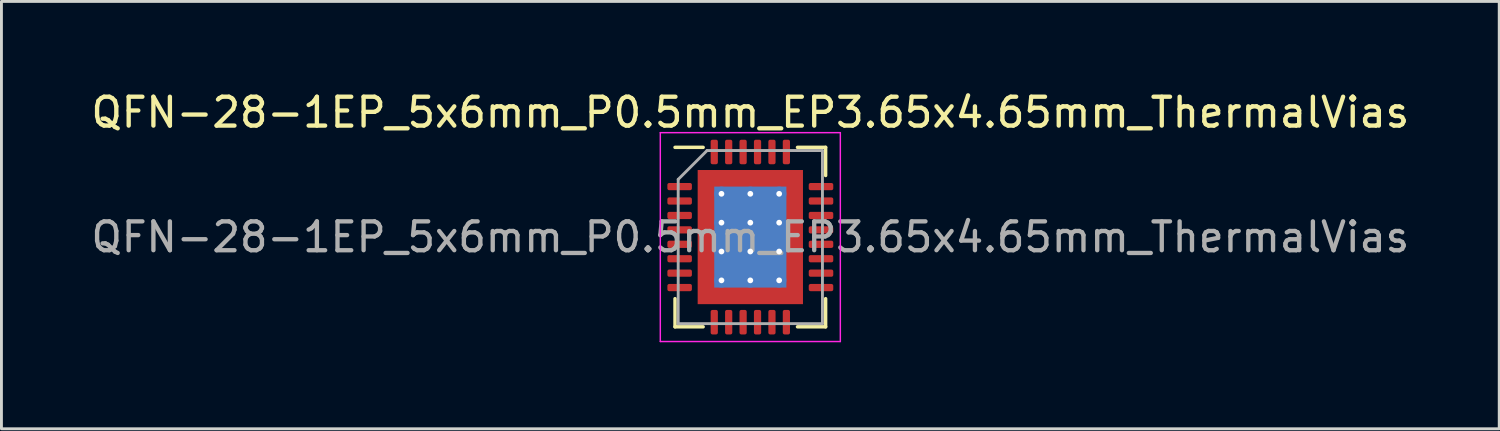
<source format=kicad_pcb>
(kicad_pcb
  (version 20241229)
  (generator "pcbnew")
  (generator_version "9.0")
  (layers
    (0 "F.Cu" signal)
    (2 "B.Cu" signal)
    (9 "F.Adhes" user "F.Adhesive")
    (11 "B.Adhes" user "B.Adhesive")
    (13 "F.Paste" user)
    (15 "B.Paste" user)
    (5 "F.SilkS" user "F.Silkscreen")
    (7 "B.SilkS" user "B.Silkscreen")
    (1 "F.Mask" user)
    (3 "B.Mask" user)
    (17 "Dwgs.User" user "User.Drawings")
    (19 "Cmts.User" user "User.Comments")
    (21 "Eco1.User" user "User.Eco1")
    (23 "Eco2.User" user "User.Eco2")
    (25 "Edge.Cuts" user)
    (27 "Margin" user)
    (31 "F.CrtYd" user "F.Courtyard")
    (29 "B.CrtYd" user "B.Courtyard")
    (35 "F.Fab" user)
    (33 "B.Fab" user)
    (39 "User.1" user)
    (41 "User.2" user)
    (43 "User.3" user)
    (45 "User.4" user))
  (footprint "QFN-28-1EP_5x6mm_P0.5mm_EP3.65x4.65mm_ThermalVias"
    (layer "F.Cu")
    (at 22.958 5.168)
    (property "Reference" "QFN-28-1EP_5x6mm_P0.5mm_EP3.65x4.65mm_ThermalVias" (at 0 -4.32 0) (layer "F.SilkS") (effects (font (size 1 1) (thickness 0.15))))
    (attr smd)
    (fp_line (start -2.61 3.11) (end -2.61 2.135) (stroke (width 0.12) (type solid)) (layer "F.SilkS"))
    (fp_line (start -1.635 -3.11) (end -2.61 -3.11) (stroke (width 0.12) (type solid)) (layer "F.SilkS"))
    (fp_line (start -1.635 3.11) (end -2.61 3.11) (stroke (width 0.12) (type solid)) (layer "F.SilkS"))
    (fp_line (start 1.635 -3.11) (end 2.61 -3.11) (stroke (width 0.12) (type solid)) (layer "F.SilkS"))
    (fp_line (start 1.635 3.11) (end 2.61 3.11) (stroke (width 0.12) (type solid)) (layer "F.SilkS"))
    (fp_line (start 2.61 -3.11) (end 2.61 -2.135) (stroke (width 0.12) (type solid)) (layer "F.SilkS"))
    (fp_line (start 2.61 3.11) (end 2.61 2.135) (stroke (width 0.12) (type solid)) (layer "F.SilkS"))
    (fp_line (start -3.12 -3.62) (end -3.12 3.62) (stroke (width 0.05) (type solid)) (layer "F.CrtYd"))
    (fp_line (start -3.12 3.62) (end 3.12 3.62) (stroke (width 0.05) (type solid)) (layer "F.CrtYd"))
    (fp_line (start 3.12 -3.62) (end -3.12 -3.62) (stroke (width 0.05) (type solid)) (layer "F.CrtYd"))
    (fp_line (start 3.12 3.62) (end 3.12 -3.62) (stroke (width 0.05) (type solid)) (layer "F.CrtYd"))
    (fp_line (start -2.5 -2) (end -1.5 -3) (stroke (width 0.1) (type solid)) (layer "F.Fab"))
    (fp_line (start -2.5 3) (end -2.5 -2) (stroke (width 0.1) (type solid)) (layer "F.Fab"))
    (fp_line (start -1.5 -3) (end 2.5 -3) (stroke (width 0.1) (type solid)) (layer "F.Fab"))
    (fp_line (start 2.5 -3) (end 2.5 3) (stroke (width 0.1) (type solid)) (layer "F.Fab"))
    (fp_line (start 2.5 3) (end -2.5 3) (stroke (width 0.1) (type solid)) (layer "F.Fab"))
    (fp_text user "${REFERENCE}" (at 0 0 0) (layer "F.Fab") (effects (font (size 1 1) (thickness 0.15))))
    (pad "" smd custom (at -1.413 -1.913) (size 0.578 0.578) (layers "F.Paste") (options (anchor circle)) (primitives (gr_poly (pts (xy 0.246 0.174) (xy 0.174 0.246) (xy -0.246 0.246) (xy -0.246 -0.246) (xy 0.246 -0.246)) (width 0.174) (fill yes))))
    (pad "" smd custom (at -1.413 -1) (size 0.59 0.59) (layers "F.Paste") (options (anchor circle)) (primitives (gr_poly (pts (xy 0.258 -0.266) (xy 0.258 0.266) (xy 0.195 0.328) (xy -0.258 0.328) (xy -0.258 -0.328) (xy 0.195 -0.328)) (width 0.15) (fill yes))))
    (pad "" smd custom (at -1.413 0) (size 0.59 0.59) (layers "F.Paste") (options (anchor circle)) (primitives (gr_poly (pts (xy 0.258 -0.266) (xy 0.258 0.266) (xy 0.195 0.328) (xy -0.258 0.328) (xy -0.258 -0.328) (xy 0.195 -0.328)) (width 0.15) (fill yes))))
    (pad "" smd custom (at -1.413 1) (size 0.59 0.59) (layers "F.Paste") (options (anchor circle)) (primitives (gr_poly (pts (xy 0.258 -0.266) (xy 0.258 0.266) (xy 0.195 0.328) (xy -0.258 0.328) (xy -0.258 -0.328) (xy 0.195 -0.328)) (width 0.15) (fill yes))))
    (pad "" smd custom (at -1.413 1.913) (size 0.578 0.578) (layers "F.Paste") (options (anchor circle)) (primitives (gr_poly (pts (xy 0.246 -0.174) (xy 0.246 0.246) (xy -0.246 0.246) (xy -0.246 -0.246) (xy 0.174 -0.246)) (width 0.174) (fill yes))))
    (pad "" smd custom (at -0.5 -1.913) (size 0.59 0.59) (layers "F.Paste") (options (anchor circle)) (primitives (gr_poly (pts (xy 0.328 0.195) (xy 0.266 0.258) (xy -0.266 0.258) (xy -0.328 0.195) (xy -0.328 -0.258) (xy 0.328 -0.258)) (width 0.15) (fill yes))))
    (pad "" smd roundrect (at -0.5 -1) (size 0.806 0.806) (layers "F.Paste") (roundrect_rratio 0.25))
    (pad "" smd roundrect (at -0.5 0) (size 0.806 0.806) (layers "F.Paste") (roundrect_rratio 0.25))
    (pad "" smd roundrect (at -0.5 1) (size 0.806 0.806) (layers "F.Paste") (roundrect_rratio 0.25))
    (pad "" smd custom (at -0.5 1.913) (size 0.59 0.59) (layers "F.Paste") (options (anchor circle)) (primitives (gr_poly (pts (xy 0.328 -0.195) (xy 0.328 0.258) (xy -0.328 0.258) (xy -0.328 -0.195) (xy -0.266 -0.258) (xy 0.266 -0.258)) (width 0.15) (fill yes))))
    (pad "" smd custom (at 0.5 -1.913) (size 0.59 0.59) (layers "F.Paste") (options (anchor circle)) (primitives (gr_poly (pts (xy 0.328 0.195) (xy 0.266 0.258) (xy -0.266 0.258) (xy -0.328 0.195) (xy -0.328 -0.258) (xy 0.328 -0.258)) (width 0.15) (fill yes))))
    (pad "" smd roundrect (at 0.5 -1) (size 0.806 0.806) (layers "F.Paste") (roundrect_rratio 0.25))
    (pad "" smd roundrect (at 0.5 0) (size 0.806 0.806) (layers "F.Paste") (roundrect_rratio 0.25))
    (pad "" smd roundrect (at 0.5 1) (size 0.806 0.806) (layers "F.Paste") (roundrect_rratio 0.25))
    (pad "" smd custom (at 0.5 1.913) (size 0.59 0.59) (layers "F.Paste") (options (anchor circle)) (primitives (gr_poly (pts (xy 0.328 -0.195) (xy 0.328 0.258) (xy -0.328 0.258) (xy -0.328 -0.195) (xy -0.266 -0.258) (xy 0.266 -0.258)) (width 0.15) (fill yes))))
    (pad "" smd custom (at 1.413 -1.913) (size 0.578 0.578) (layers "F.Paste") (options (anchor circle)) (primitives (gr_poly (pts (xy 0.246 0.246) (xy -0.174 0.246) (xy -0.246 0.174) (xy -0.246 -0.246) (xy 0.246 -0.246)) (width 0.174) (fill yes))))
    (pad "" smd custom (at 1.413 -1) (size 0.59 0.59) (layers "F.Paste") (options (anchor circle)) (primitives (gr_poly (pts (xy 0.258 0.328) (xy -0.195 0.328) (xy -0.258 0.266) (xy -0.258 -0.266) (xy -0.195 -0.328) (xy 0.258 -0.328)) (width 0.15) (fill yes))))
    (pad "" smd custom (at 1.413 0) (size 0.59 0.59) (layers "F.Paste") (options (anchor circle)) (primitives (gr_poly (pts (xy 0.258 0.328) (xy -0.195 0.328) (xy -0.258 0.266) (xy -0.258 -0.266) (xy -0.195 -0.328) (xy 0.258 -0.328)) (width 0.15) (fill yes))))
    (pad "" smd custom (at 1.413 1) (size 0.59 0.59) (layers "F.Paste") (options (anchor circle)) (primitives (gr_poly (pts (xy 0.258 0.328) (xy -0.195 0.328) (xy -0.258 0.266) (xy -0.258 -0.266) (xy -0.195 -0.328) (xy 0.258 -0.328)) (width 0.15) (fill yes))))
    (pad "" smd custom (at 1.413 1.913) (size 0.578 0.578) (layers "F.Paste") (options (anchor circle)) (primitives (gr_poly (pts (xy 0.246 0.246) (xy -0.246 0.246) (xy -0.246 -0.174) (xy -0.174 -0.246) (xy 0.246 -0.246)) (width 0.174) (fill yes))))
    (pad "1" smd roundrect (at -2.45 -1.75) (size 0.85 0.25) (layers "F.Cu" "F.Mask" "F.Paste") (roundrect_rratio 0.25))
    (pad "2" smd roundrect (at -2.45 -1.25) (size 0.85 0.25) (layers "F.Cu" "F.Mask" "F.Paste") (roundrect_rratio 0.25))
    (pad "3" smd roundrect (at -2.45 -0.75) (size 0.85 0.25) (layers "F.Cu" "F.Mask" "F.Paste") (roundrect_rratio 0.25))
    (pad "4" smd roundrect (at -2.45 -0.25) (size 0.85 0.25) (layers "F.Cu" "F.Mask" "F.Paste") (roundrect_rratio 0.25))
    (pad "5" smd roundrect (at -2.45 0.25) (size 0.85 0.25) (layers "F.Cu" "F.Mask" "F.Paste") (roundrect_rratio 0.25))
    (pad "6" smd roundrect (at -2.45 0.75) (size 0.85 0.25) (layers "F.Cu" "F.Mask" "F.Paste") (roundrect_rratio 0.25))
    (pad "7" smd roundrect (at -2.45 1.25) (size 0.85 0.25) (layers "F.Cu" "F.Mask" "F.Paste") (roundrect_rratio 0.25))
    (pad "8" smd roundrect (at -2.45 1.75) (size 0.85 0.25) (layers "F.Cu" "F.Mask" "F.Paste") (roundrect_rratio 0.25))
    (pad "9" smd roundrect (at -1.25 2.95) (size 0.25 0.85) (layers "F.Cu" "F.Mask" "F.Paste") (roundrect_rratio 0.25))
    (pad "10" smd roundrect (at -0.75 2.95) (size 0.25 0.85) (layers "F.Cu" "F.Mask" "F.Paste") (roundrect_rratio 0.25))
    (pad "11" smd roundrect (at -0.25 2.95) (size 0.25 0.85) (layers "F.Cu" "F.Mask" "F.Paste") (roundrect_rratio 0.25))
    (pad "12" smd roundrect (at 0.25 2.95) (size 0.25 0.85) (layers "F.Cu" "F.Mask" "F.Paste") (roundrect_rratio 0.25))
    (pad "13" smd roundrect (at 0.75 2.95) (size 0.25 0.85) (layers "F.Cu" "F.Mask" "F.Paste") (roundrect_rratio 0.25))
    (pad "14" smd roundrect (at 1.25 2.95) (size 0.25 0.85) (layers "F.Cu" "F.Mask" "F.Paste") (roundrect_rratio 0.25))
    (pad "15" smd roundrect (at 2.45 1.75) (size 0.85 0.25) (layers "F.Cu" "F.Mask" "F.Paste") (roundrect_rratio 0.25))
    (pad "16" smd roundrect (at 2.45 1.25) (size 0.85 0.25) (layers "F.Cu" "F.Mask" "F.Paste") (roundrect_rratio 0.25))
    (pad "17" smd roundrect (at 2.45 0.75) (size 0.85 0.25) (layers "F.Cu" "F.Mask" "F.Paste") (roundrect_rratio 0.25))
    (pad "18" smd roundrect (at 2.45 0.25) (size 0.85 0.25) (layers "F.Cu" "F.Mask" "F.Paste") (roundrect_rratio 0.25))
    (pad "19" smd roundrect (at 2.45 -0.25) (size 0.85 0.25) (layers "F.Cu" "F.Mask" "F.Paste") (roundrect_rratio 0.25))
    (pad "20" smd roundrect (at 2.45 -0.75) (size 0.85 0.25) (layers "F.Cu" "F.Mask" "F.Paste") (roundrect_rratio 0.25))
    (pad "21" smd roundrect (at 2.45 -1.25) (size 0.85 0.25) (layers "F.Cu" "F.Mask" "F.Paste") (roundrect_rratio 0.25))
    (pad "22" smd roundrect (at 2.45 -1.75) (size 0.85 0.25) (layers "F.Cu" "F.Mask" "F.Paste") (roundrect_rratio 0.25))
    (pad "23" smd roundrect (at 1.25 -2.95) (size 0.25 0.85) (layers "F.Cu" "F.Mask" "F.Paste") (roundrect_rratio 0.25))
    (pad "24" smd roundrect (at 0.75 -2.95) (size 0.25 0.85) (layers "F.Cu" "F.Mask" "F.Paste") (roundrect_rratio 0.25))
    (pad "25" smd roundrect (at 0.25 -2.95) (size 0.25 0.85) (layers "F.Cu" "F.Mask" "F.Paste") (roundrect_rratio 0.25))
    (pad "26" smd roundrect (at -0.25 -2.95) (size 0.25 0.85) (layers "F.Cu" "F.Mask" "F.Paste") (roundrect_rratio 0.25))
    (pad "27" smd roundrect (at -0.75 -2.95) (size 0.25 0.85) (layers "F.Cu" "F.Mask" "F.Paste") (roundrect_rratio 0.25))
    (pad "28" smd roundrect (at -1.25 -2.95) (size 0.25 0.85) (layers "F.Cu" "F.Mask" "F.Paste") (roundrect_rratio 0.25))
    (pad "29" thru_hole circle (at -1 -1.5) (size 0.5 0.5) (drill 0.2) (layers "*.Cu"))
    (pad "29" thru_hole circle (at -1 -0.5) (size 0.5 0.5) (drill 0.2) (layers "*.Cu"))
    (pad "29" thru_hole circle (at -1 0.5) (size 0.5 0.5) (drill 0.2) (layers "*.Cu"))
    (pad "29" thru_hole circle (at -1 1.5) (size 0.5 0.5) (drill 0.2) (layers "*.Cu"))
    (pad "29" thru_hole circle (at 0 -1.5) (size 0.5 0.5) (drill 0.2) (layers "*.Cu"))
    (pad "29" thru_hole circle (at 0 -0.5) (size 0.5 0.5) (drill 0.2) (layers "*.Cu"))
    (pad "29" smd rect (at 0 0) (size 2.5 3.5) (layers "B.Cu"))
    (pad "29" smd rect (at 0 0) (size 3.65 4.65) (layers "F.Cu" "F.Mask"))
    (pad "29" thru_hole circle (at 0 0.5) (size 0.5 0.5) (drill 0.2) (layers "*.Cu"))
    (pad "29" thru_hole circle (at 0 1.5) (size 0.5 0.5) (drill 0.2) (layers "*.Cu"))
    (pad "29" thru_hole circle (at 1 -1.5) (size 0.5 0.5) (drill 0.2) (layers "*.Cu"))
    (pad "29" thru_hole circle (at 1 -0.5) (size 0.5 0.5) (drill 0.2) (layers "*.Cu"))
    (pad "29" thru_hole circle (at 1 0.5) (size 0.5 0.5) (drill 0.2) (layers "*.Cu"))
    (pad "29" thru_hole circle (at 1 1.5) (size 0.5 0.5) (drill 0.2) (layers "*.Cu")))
  (gr_rect
    (start -3 -3)
    (end 48.917 11.813)
    (stroke (width 0.1) (type default))
    (fill no)
    (layer "Edge.Cuts")))
</source>
